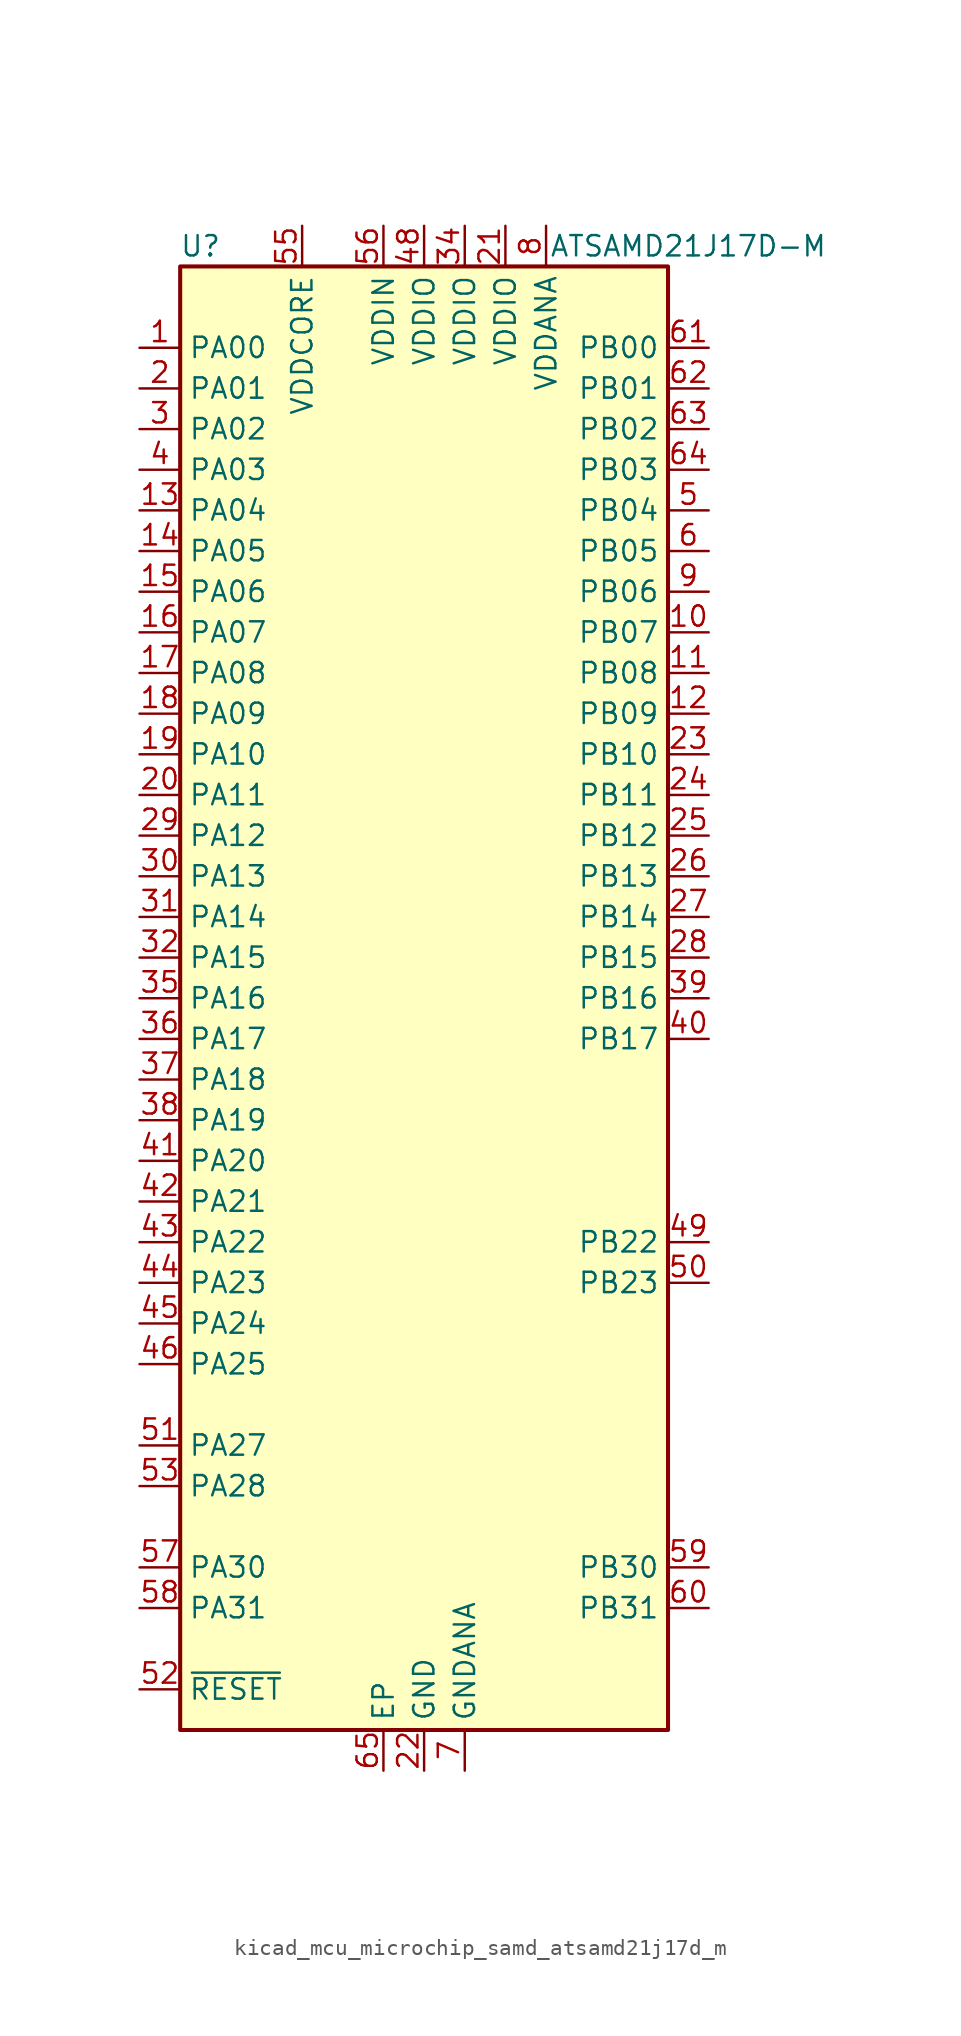
<source format=kicad_sym>
(kicad_symbol_lib
  (version 20220914)
  (generator kicad_symbol_editor)
  (symbol "kicad_mcu_microchip_samd_atsamd21j17d_m"
    (property "Reference" "U"
      (at -13.97 46.99 0)
      (effects (font (size 1.27 1.27))))
    (property "Value" "ATSAMD21J17D-M"
      (at 16.51 46.99 0)
      (effects (font (size 1.27 1.27))))
    (symbol "kicad_mcu_microchip_samd_atsamd21j17d_m_0_1"
      (rectangle (start -15.24 45.72) (end 15.24 -45.72) (stroke (width 0.254) (type default)) (fill (type background))))
    (symbol "kicad_mcu_microchip_samd_atsamd21j17d_m_1_1"
      (pin bidirectional line (at -17.78 40.64 0) (length 2.54) (name "PA00" (effects (font (size 1.27 1.27)))) (number "1" (effects (font (size 1.27 1.27)))))
      (pin bidirectional line (at 17.78 22.86 180) (length 2.54) (name "PB07" (effects (font (size 1.27 1.27)))) (number "10" (effects (font (size 1.27 1.27)))))
      (pin bidirectional line (at 17.78 20.32 180) (length 2.54) (name "PB08" (effects (font (size 1.27 1.27)))) (number "11" (effects (font (size 1.27 1.27)))))
      (pin bidirectional line (at 17.78 17.78 180) (length 2.54) (name "PB09" (effects (font (size 1.27 1.27)))) (number "12" (effects (font (size 1.27 1.27)))))
      (pin bidirectional line (at -17.78 30.48 0) (length 2.54) (name "PA04" (effects (font (size 1.27 1.27)))) (number "13" (effects (font (size 1.27 1.27)))))
      (pin bidirectional line (at -17.78 27.94 0) (length 2.54) (name "PA05" (effects (font (size 1.27 1.27)))) (number "14" (effects (font (size 1.27 1.27)))))
      (pin bidirectional line (at -17.78 25.4 0) (length 2.54) (name "PA06" (effects (font (size 1.27 1.27)))) (number "15" (effects (font (size 1.27 1.27)))))
      (pin bidirectional line (at -17.78 22.86 0) (length 2.54) (name "PA07" (effects (font (size 1.27 1.27)))) (number "16" (effects (font (size 1.27 1.27)))))
      (pin bidirectional line (at -17.78 20.32 0) (length 2.54) (name "PA08" (effects (font (size 1.27 1.27)))) (number "17" (effects (font (size 1.27 1.27)))))
      (pin bidirectional line (at -17.78 17.78 0) (length 2.54) (name "PA09" (effects (font (size 1.27 1.27)))) (number "18" (effects (font (size 1.27 1.27)))))
      (pin bidirectional line (at -17.78 15.24 0) (length 2.54) (name "PA10" (effects (font (size 1.27 1.27)))) (number "19" (effects (font (size 1.27 1.27)))))
      (pin bidirectional line (at -17.78 38.1 0) (length 2.54) (name "PA01" (effects (font (size 1.27 1.27)))) (number "2" (effects (font (size 1.27 1.27)))))
      (pin bidirectional line (at -17.78 12.7 0) (length 2.54) (name "PA11" (effects (font (size 1.27 1.27)))) (number "20" (effects (font (size 1.27 1.27)))))
      (pin power_in line (at 5.08 48.26 270) (length 2.54) (name "VDDIO" (effects (font (size 1.27 1.27)))) (number "21" (effects (font (size 1.27 1.27)))))
      (pin power_in line (at 0 -48.26 90) (length 2.54) (name "GND" (effects (font (size 1.27 1.27)))) (number "22" (effects (font (size 1.27 1.27)))))
      (pin bidirectional line (at 17.78 15.24 180) (length 2.54) (name "PB10" (effects (font (size 1.27 1.27)))) (number "23" (effects (font (size 1.27 1.27)))))
      (pin bidirectional line (at 17.78 12.7 180) (length 2.54) (name "PB11" (effects (font (size 1.27 1.27)))) (number "24" (effects (font (size 1.27 1.27)))))
      (pin bidirectional line (at 17.78 10.16 180) (length 2.54) (name "PB12" (effects (font (size 1.27 1.27)))) (number "25" (effects (font (size 1.27 1.27)))))
      (pin bidirectional line (at 17.78 7.62 180) (length 2.54) (name "PB13" (effects (font (size 1.27 1.27)))) (number "26" (effects (font (size 1.27 1.27)))))
      (pin bidirectional line (at 17.78 5.08 180) (length 2.54) (name "PB14" (effects (font (size 1.27 1.27)))) (number "27" (effects (font (size 1.27 1.27)))))
      (pin bidirectional line (at 17.78 2.54 180) (length 2.54) (name "PB15" (effects (font (size 1.27 1.27)))) (number "28" (effects (font (size 1.27 1.27)))))
      (pin bidirectional line (at -17.78 10.16 0) (length 2.54) (name "PA12" (effects (font (size 1.27 1.27)))) (number "29" (effects (font (size 1.27 1.27)))))
      (pin bidirectional line (at -17.78 35.56 0) (length 2.54) (name "PA02" (effects (font (size 1.27 1.27)))) (number "3" (effects (font (size 1.27 1.27)))))
      (pin bidirectional line (at -17.78 7.62 0) (length 2.54) (name "PA13" (effects (font (size 1.27 1.27)))) (number "30" (effects (font (size 1.27 1.27)))))
      (pin bidirectional line (at -17.78 5.08 0) (length 2.54) (name "PA14" (effects (font (size 1.27 1.27)))) (number "31" (effects (font (size 1.27 1.27)))))
      (pin bidirectional line (at -17.78 2.54 0) (length 2.54) (name "PA15" (effects (font (size 1.27 1.27)))) (number "32" (effects (font (size 1.27 1.27)))))
      (pin passive line (at 0 -48.26 90) (length 2.54) hide (name "GND" (effects (font (size 1.27 1.27)))) (number "33" (effects (font (size 1.27 1.27)))))
      (pin power_in line (at 2.54 48.26 270) (length 2.54) (name "VDDIO" (effects (font (size 1.27 1.27)))) (number "34" (effects (font (size 1.27 1.27)))))
      (pin bidirectional line (at -17.78 0 0) (length 2.54) (name "PA16" (effects (font (size 1.27 1.27)))) (number "35" (effects (font (size 1.27 1.27)))))
      (pin bidirectional line (at -17.78 -2.54 0) (length 2.54) (name "PA17" (effects (font (size 1.27 1.27)))) (number "36" (effects (font (size 1.27 1.27)))))
      (pin bidirectional line (at -17.78 -5.08 0) (length 2.54) (name "PA18" (effects (font (size 1.27 1.27)))) (number "37" (effects (font (size 1.27 1.27)))))
      (pin bidirectional line (at -17.78 -7.62 0) (length 2.54) (name "PA19" (effects (font (size 1.27 1.27)))) (number "38" (effects (font (size 1.27 1.27)))))
      (pin bidirectional line (at 17.78 0 180) (length 2.54) (name "PB16" (effects (font (size 1.27 1.27)))) (number "39" (effects (font (size 1.27 1.27)))))
      (pin bidirectional line (at -17.78 33.02 0) (length 2.54) (name "PA03" (effects (font (size 1.27 1.27)))) (number "4" (effects (font (size 1.27 1.27)))))
      (pin bidirectional line (at 17.78 -2.54 180) (length 2.54) (name "PB17" (effects (font (size 1.27 1.27)))) (number "40" (effects (font (size 1.27 1.27)))))
      (pin bidirectional line (at -17.78 -10.16 0) (length 2.54) (name "PA20" (effects (font (size 1.27 1.27)))) (number "41" (effects (font (size 1.27 1.27)))))
      (pin bidirectional line (at -17.78 -12.7 0) (length 2.54) (name "PA21" (effects (font (size 1.27 1.27)))) (number "42" (effects (font (size 1.27 1.27)))))
      (pin bidirectional line (at -17.78 -15.24 0) (length 2.54) (name "PA22" (effects (font (size 1.27 1.27)))) (number "43" (effects (font (size 1.27 1.27)))))
      (pin bidirectional line (at -17.78 -17.78 0) (length 2.54) (name "PA23" (effects (font (size 1.27 1.27)))) (number "44" (effects (font (size 1.27 1.27)))))
      (pin bidirectional line (at -17.78 -20.32 0) (length 2.54) (name "PA24" (effects (font (size 1.27 1.27)))) (number "45" (effects (font (size 1.27 1.27)))))
      (pin bidirectional line (at -17.78 -22.86 0) (length 2.54) (name "PA25" (effects (font (size 1.27 1.27)))) (number "46" (effects (font (size 1.27 1.27)))))
      (pin passive line (at 0 -48.26 90) (length 2.54) hide (name "GND" (effects (font (size 1.27 1.27)))) (number "47" (effects (font (size 1.27 1.27)))))
      (pin power_in line (at 0 48.26 270) (length 2.54) (name "VDDIO" (effects (font (size 1.27 1.27)))) (number "48" (effects (font (size 1.27 1.27)))))
      (pin bidirectional line (at 17.78 -15.24 180) (length 2.54) (name "PB22" (effects (font (size 1.27 1.27)))) (number "49" (effects (font (size 1.27 1.27)))))
      (pin bidirectional line (at 17.78 30.48 180) (length 2.54) (name "PB04" (effects (font (size 1.27 1.27)))) (number "5" (effects (font (size 1.27 1.27)))))
      (pin bidirectional line (at 17.78 -17.78 180) (length 2.54) (name "PB23" (effects (font (size 1.27 1.27)))) (number "50" (effects (font (size 1.27 1.27)))))
      (pin bidirectional line (at -17.78 -27.94 0) (length 2.54) (name "PA27" (effects (font (size 1.27 1.27)))) (number "51" (effects (font (size 1.27 1.27)))))
      (pin input line (at -17.78 -43.18 0) (length 2.54) (name "~{RESET}" (effects (font (size 1.27 1.27)))) (number "52" (effects (font (size 1.27 1.27)))))
      (pin bidirectional line (at -17.78 -30.48 0) (length 2.54) (name "PA28" (effects (font (size 1.27 1.27)))) (number "53" (effects (font (size 1.27 1.27)))))
      (pin passive line (at 0 -48.26 90) (length 2.54) hide (name "GND" (effects (font (size 1.27 1.27)))) (number "54" (effects (font (size 1.27 1.27)))))
      (pin power_out line (at -7.62 48.26 270) (length 2.54) (name "VDDCORE" (effects (font (size 1.27 1.27)))) (number "55" (effects (font (size 1.27 1.27)))))
      (pin power_in line (at -2.54 48.26 270) (length 2.54) (name "VDDIN" (effects (font (size 1.27 1.27)))) (number "56" (effects (font (size 1.27 1.27)))))
      (pin bidirectional line (at -17.78 -35.56 0) (length 2.54) (name "PA30" (effects (font (size 1.27 1.27)))) (number "57" (effects (font (size 1.27 1.27)))))
      (pin bidirectional line (at -17.78 -38.1 0) (length 2.54) (name "PA31" (effects (font (size 1.27 1.27)))) (number "58" (effects (font (size 1.27 1.27)))))
      (pin bidirectional line (at 17.78 -35.56 180) (length 2.54) (name "PB30" (effects (font (size 1.27 1.27)))) (number "59" (effects (font (size 1.27 1.27)))))
      (pin bidirectional line (at 17.78 27.94 180) (length 2.54) (name "PB05" (effects (font (size 1.27 1.27)))) (number "6" (effects (font (size 1.27 1.27)))))
      (pin bidirectional line (at 17.78 -38.1 180) (length 2.54) (name "PB31" (effects (font (size 1.27 1.27)))) (number "60" (effects (font (size 1.27 1.27)))))
      (pin bidirectional line (at 17.78 40.64 180) (length 2.54) (name "PB00" (effects (font (size 1.27 1.27)))) (number "61" (effects (font (size 1.27 1.27)))))
      (pin bidirectional line (at 17.78 38.1 180) (length 2.54) (name "PB01" (effects (font (size 1.27 1.27)))) (number "62" (effects (font (size 1.27 1.27)))))
      (pin bidirectional line (at 17.78 35.56 180) (length 2.54) (name "PB02" (effects (font (size 1.27 1.27)))) (number "63" (effects (font (size 1.27 1.27)))))
      (pin bidirectional line (at 17.78 33.02 180) (length 2.54) (name "PB03" (effects (font (size 1.27 1.27)))) (number "64" (effects (font (size 1.27 1.27)))))
      (pin passive line (at -2.54 -48.26 90) (length 2.54) (name "EP" (effects (font (size 1.27 1.27)))) (number "65" (effects (font (size 1.27 1.27)))))
      (pin power_in line (at 2.54 -48.26 90) (length 2.54) (name "GNDANA" (effects (font (size 1.27 1.27)))) (number "7" (effects (font (size 1.27 1.27)))))
      (pin power_in line (at 7.62 48.26 270) (length 2.54) (name "VDDANA" (effects (font (size 1.27 1.27)))) (number "8" (effects (font (size 1.27 1.27)))))
      (pin bidirectional line (at 17.78 25.4 180) (length 2.54) (name "PB06" (effects (font (size 1.27 1.27)))) (number "9" (effects (font (size 1.27 1.27))))))))
</source>
